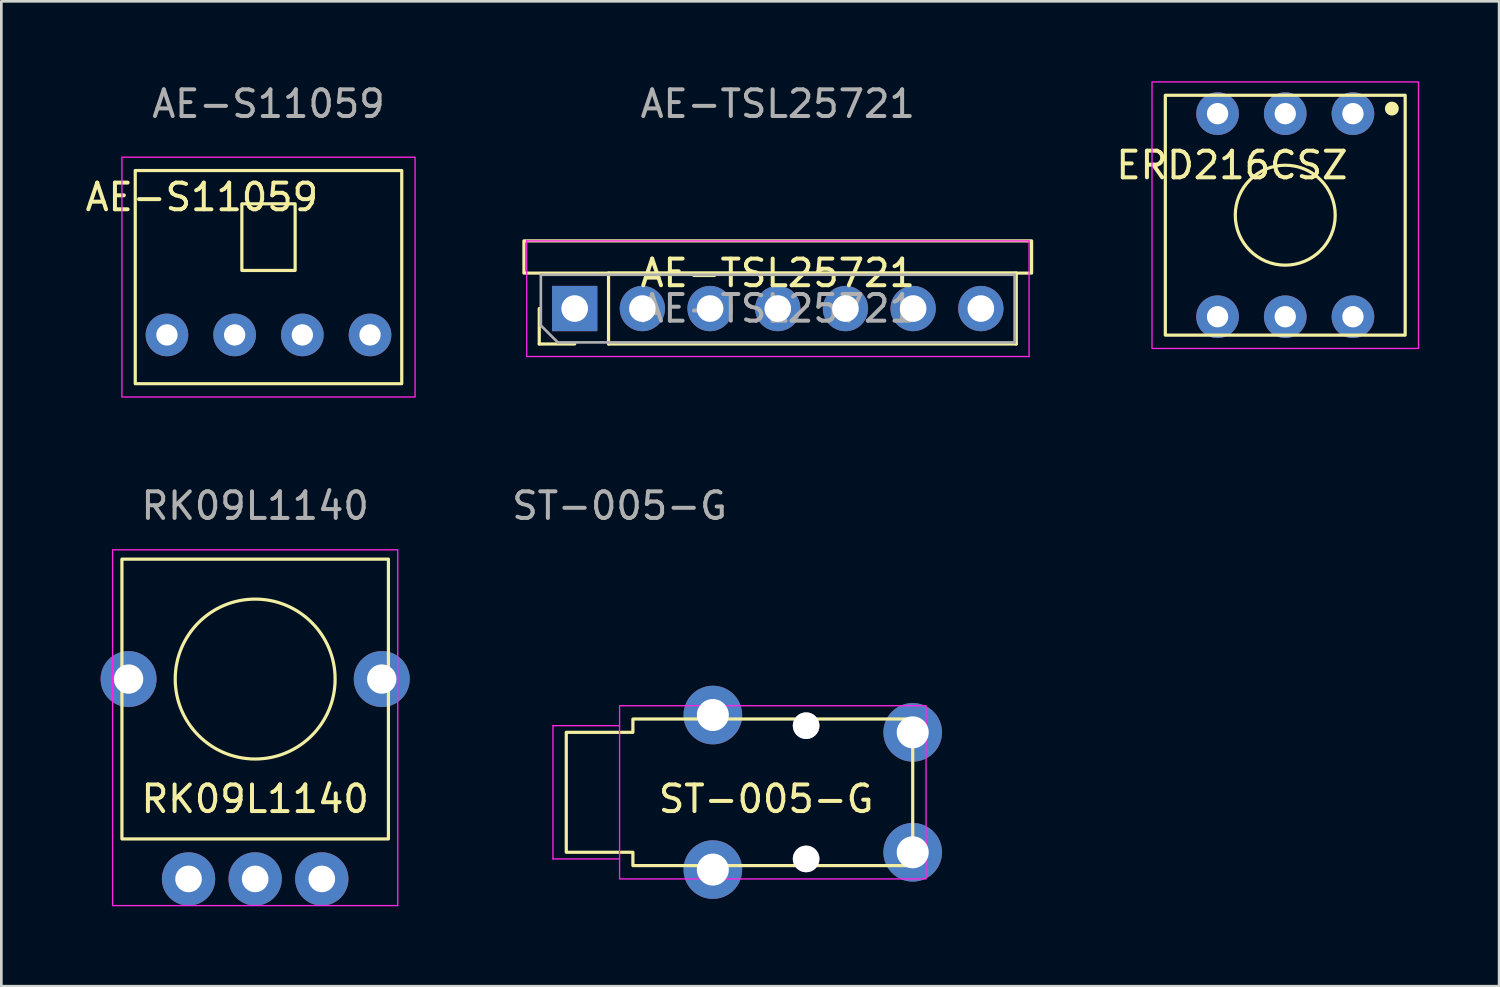
<source format=kicad_pcb>
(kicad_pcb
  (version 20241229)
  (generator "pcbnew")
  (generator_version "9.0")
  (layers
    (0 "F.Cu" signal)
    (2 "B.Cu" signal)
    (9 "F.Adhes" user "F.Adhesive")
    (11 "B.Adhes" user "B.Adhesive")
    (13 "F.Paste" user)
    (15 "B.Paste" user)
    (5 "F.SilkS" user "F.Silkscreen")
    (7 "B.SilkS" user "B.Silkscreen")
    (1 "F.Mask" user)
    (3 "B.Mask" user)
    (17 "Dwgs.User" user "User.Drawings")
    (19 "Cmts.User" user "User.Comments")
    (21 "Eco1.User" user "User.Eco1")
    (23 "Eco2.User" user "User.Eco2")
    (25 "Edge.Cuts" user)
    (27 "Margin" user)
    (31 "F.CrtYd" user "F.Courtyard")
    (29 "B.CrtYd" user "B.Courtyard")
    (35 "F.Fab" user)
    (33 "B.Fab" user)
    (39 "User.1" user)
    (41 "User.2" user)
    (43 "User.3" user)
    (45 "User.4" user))
  (footprint "AE-TSL25721"
    (layer "F.Cu")
    (at 26.14 5.988)
    (property "Reference" "AE-TSL25721" (at -0.005 1.21 0) (unlocked yes) (layer "F.SilkS") (effects (font (size 1 1) (thickness 0.15))))
    (attr through_hole)
    (fp_line (start -8.955 3.87) (end -8.955 2.54) (stroke (width 0.12) (type solid)) (layer "F.SilkS"))
    (fp_line (start -7.625 3.87) (end -8.955 3.87) (stroke (width 0.12) (type solid)) (layer "F.SilkS"))
    (fp_line (start -6.355 1.21) (end 8.945 1.21) (stroke (width 0.12) (type solid)) (layer "F.SilkS"))
    (fp_line (start -6.355 3.87) (end -6.355 1.21) (stroke (width 0.12) (type solid)) (layer "F.SilkS"))
    (fp_line (start -6.355 3.87) (end 8.945 3.87) (stroke (width 0.12) (type solid)) (layer "F.SilkS"))
    (fp_line (start 8.945 3.87) (end 8.945 1.21) (stroke (width 0.12) (type solid)) (layer "F.SilkS"))
    (fp_rect (start -9.53 1.21) (end 9.52 0) (stroke (width 0.12) (type solid)) (fill no) (layer "F.SilkS"))
    (fp_line (start -9.425 0) (end -9.425 4.34) (stroke (width 0.05) (type solid)) (layer "F.CrtYd"))
    (fp_line (start -9.425 4.34) (end 9.425 4.34) (stroke (width 0.05) (type solid)) (layer "F.CrtYd"))
    (fp_line (start 9.425 0) (end -9.425 0) (stroke (width 0.05) (type solid)) (layer "F.CrtYd"))
    (fp_line (start 9.425 4.34) (end 9.425 0) (stroke (width 0.05) (type solid)) (layer "F.CrtYd"))
    (fp_line (start -8.895 1.27) (end 8.885 1.27) (stroke (width 0.1) (type solid)) (layer "F.Fab"))
    (fp_line (start -8.895 3.175) (end -8.895 1.27) (stroke (width 0.1) (type solid)) (layer "F.Fab"))
    (fp_line (start -8.26 3.81) (end -8.895 3.175) (stroke (width 0.1) (type solid)) (layer "F.Fab"))
    (fp_line (start 8.885 1.27) (end 8.885 3.81) (stroke (width 0.1) (type solid)) (layer "F.Fab"))
    (fp_line (start 8.885 3.81) (end -8.26 3.81) (stroke (width 0.1) (type solid)) (layer "F.Fab"))
    (fp_text user "${REFERENCE}" (at -0.005 -5.14 0) (unlocked yes) (layer "F.Fab") (effects (font (size 1 1) (thickness 0.15))))
    (fp_text user "${REFERENCE}" (at -0.005 2.54 180) (layer "F.Fab") (effects (font (size 1 1) (thickness 0.15))))
    (pad "1" thru_hole rect (at -7.625 2.54 90) (size 1.7 1.7) (drill 1) (layers "*.Cu" "*.Mask"))
    (pad "2" thru_hole oval (at -5.085 2.54 90) (size 1.7 1.7) (drill 1) (layers "*.Cu" "*.Mask"))
    (pad "3" thru_hole oval (at -2.545 2.54 90) (size 1.7 1.7) (drill 1) (layers "*.Cu" "*.Mask"))
    (pad "4" thru_hole oval (at -0.005 2.54 90) (size 1.7 1.7) (drill 1) (layers "*.Cu" "*.Mask"))
    (pad "5" thru_hole oval (at 2.535 2.54 90) (size 1.7 1.7) (drill 1) (layers "*.Cu" "*.Mask"))
    (pad "6" thru_hole oval (at 5.075 2.54 90) (size 1.7 1.7) (drill 1) (layers "*.Cu" "*.Mask"))
    (pad "7" thru_hole oval (at 7.615 2.54 90) (size 1.7 1.7) (drill 1) (layers "*.Cu" "*.Mask")))
  (footprint "ST-005-G"
    (layer "F.Cu")
    (at 20.199 29.931)
    (property "Reference" "ST-005-G" (at 5.5 -3 0) (unlocked yes) (layer "F.SilkS") (effects (font (size 1 1) (thickness 0.15))))
    (attr through_hole)
    (fp_poly (pts (xy 11 -0.5) (xy 0.5 -0.5) (xy 0.5 -1) (xy -2 -1) (xy -2 -5.5) (xy 0.5 -5.5) (xy 0.5 -6) (xy 11 -6)) (stroke (width 0.12) (type solid)) (fill no) (layer "F.SilkS"))
    (fp_line (start -2.5 -5.75) (end -2.5 -0.75) (stroke (width 0.05) (type solid)) (layer "F.CrtYd"))
    (fp_line (start -2.5 -5.75) (end 0 -5.75) (stroke (width 0.05) (type solid)) (layer "F.CrtYd"))
    (fp_line (start -2.5 -0.75) (end 0 -0.75) (stroke (width 0.05) (type solid)) (layer "F.CrtYd"))
    (fp_rect (start 0 0) (end 11.5 -6.5) (stroke (width 0.05) (type solid)) (fill no) (layer "F.CrtYd"))
    (fp_line (start -4 -6.15) (end 4.5 -6.15) (stroke (width 0.05) (type solid)) (layer "User.1"))
    (fp_line (start -4 -0.35) (end 4.5 -0.35) (stroke (width 0.05) (type solid)) (layer "User.1"))
    (fp_line (start 3.5 -8) (end 3.5 1) (stroke (width 0.05) (type solid)) (layer "User.1"))
    (fp_line (start 5.5 -5.75) (end 8.5 -5.75) (stroke (width 0.05) (type solid)) (layer "User.1"))
    (fp_line (start 5.5 -0.75) (end 8.5 -0.75) (stroke (width 0.05) (type solid)) (layer "User.1"))
    (fp_line (start 7 -8) (end 7 1) (stroke (width 0.05) (type solid)) (layer "User.1"))
    (fp_line (start 10 -5.5) (end 12 -5.5) (stroke (width 0.05) (type solid)) (layer "User.1"))
    (fp_line (start 10 -1) (end 12 -1) (stroke (width 0.05) (type solid)) (layer "User.1"))
    (fp_line (start 11 -8) (end 11 1) (stroke (width 0.05) (type solid)) (layer "User.1"))
    (fp_text user "${REFERENCE}" (at 0 -14 0) (unlocked yes) (layer "F.Fab") (effects (font (size 1 1) (thickness 0.15))))
    (pad "" thru_hole circle (at 7 -5.75) (size 1 1) (drill 1) (layers "*.Cu" "*.Mask"))
    (pad "" thru_hole circle (at 7 -0.75) (size 1 1) (drill 1) (layers "*.Cu" "*.Mask"))
    (pad "R" thru_hole circle (at 11 -5.5) (size 2.2 2.2) (drill 1.2) (layers "*.Cu" "*.Mask"))
    (pad "S" thru_hole circle (at 3.5 -6.15) (size 2.2 2.2) (drill 1.2) (layers "*.Cu" "*.Mask"))
    (pad "S" thru_hole circle (at 3.5 -0.35) (size 2.2 2.2) (drill 1.2) (layers "*.Cu" "*.Mask"))
    (pad "T" thru_hole circle (at 11 -1) (size 2.2 2.2) (drill 1.2) (layers "*.Cu" "*.Mask")))
  (footprint "AE-S11059"
    (layer "F.Cu")
    (at 7.025 5.848)
    (property "Reference" "AE-S11059" (at -2.5 -1.5 0) (unlocked yes) (layer "F.SilkS") (effects (font (size 1 1) (thickness 0.15))))
    (attr through_hole)
    (fp_rect (start -5 -2.5) (end 5 5.5) (stroke (width 0.12) (type solid)) (fill no) (layer "F.SilkS"))
    (fp_rect (start -1 -1.25) (end 1 1.25) (stroke (width 0.12) (type solid)) (fill no) (layer "F.SilkS"))
    (fp_rect (start -5.5 6) (end 5.5 -3) (stroke (width 0.05) (type solid)) (fill no) (layer "F.CrtYd"))
    (fp_line (start -7 3.7) (end 6.5 3.7) (stroke (width 0.05) (type solid)) (layer "User.1"))
    (fp_line (start -3.81 6.21) (end -3.81 1.13) (stroke (width 0.05) (type solid)) (layer "User.1"))
    (fp_text user "${REFERENCE}" (at 0 -5 0) (unlocked yes) (layer "F.Fab") (effects (font (size 1 1) (thickness 0.15))))
    (pad "1" thru_hole circle (at -3.81 3.67) (size 1.6 1.6) (drill 0.8) (layers "*.Cu" "*.Mask"))
    (pad "2" thru_hole circle (at -1.27 3.67) (size 1.6 1.6) (drill 0.8) (layers "*.Cu" "*.Mask"))
    (pad "3" thru_hole circle (at 1.27 3.67) (size 1.6 1.6) (drill 0.8) (layers "*.Cu" "*.Mask"))
    (pad "4" thru_hole circle (at 3.81 3.67) (size 1.6 1.6) (drill 0.8) (layers "*.Cu" "*.Mask")))
  (footprint "RK09L1140"
    (layer "F.Cu")
    (at 6.525 22.431)
    (property "Reference" "RK09L1140" (at 0 4.5 0) (unlocked yes) (layer "F.SilkS") (effects (font (size 1 1) (thickness 0.15))))
    (attr through_hole)
    (fp_rect (start -5 -4.5) (end 5 6) (stroke (width 0.12) (type solid)) (fill no) (layer "F.SilkS"))
    (fp_circle (center 0 0) (end 3 0) (stroke (width 0.12) (type solid)) (fill no) (layer "F.SilkS"))
    (fp_rect (start -5.35 -4.85) (end 5.35 8.5) (stroke (width 0.05) (type solid)) (fill no) (layer "F.CrtYd"))
    (fp_line (start -6.5 7.5) (end 6.5 7.5) (stroke (width 0.05) (type solid)) (layer "User.1"))
    (fp_line (start -4.75 -1.5) (end -4.75 1.5) (stroke (width 0.05) (type solid)) (layer "User.1"))
    (fp_line (start 4.75 -1.5) (end 4.75 1.5) (stroke (width 0.05) (type solid)) (layer "User.1"))
    (fp_text user "${REFERENCE}" (at 0 -6.5 0) (unlocked yes) (layer "F.Fab") (effects (font (size 1 1) (thickness 0.15))))
    (pad "1" thru_hole circle (at -2.5 7.5) (size 2 2) (drill 1) (layers "*.Cu" "*.Mask"))
    (pad "2" thru_hole circle (at 0 7.5) (size 2 2) (drill 1) (layers "*.Cu" "*.Mask"))
    (pad "3" thru_hole circle (at 2.5 7.5) (size 2 2) (drill 1) (layers "*.Cu" "*.Mask"))
    (pad "G" thru_hole circle (at -4.75 0) (size 2.1 2.1) (drill 1.1) (layers "*.Cu" "*.Mask"))
    (pad "G" thru_hole circle (at 4.75 0) (size 2.1 2.1) (drill 1.1) (layers "*.Cu" "*.Mask")))
  (footprint "ERD216CSZ"
    (layer "F.Cu")
    (at 45.178 5.025)
    (property "Reference" "ERD216CSZ" (at -2 -1.875 0) (layer "F.SilkS") (effects (font (size 1 1) (thickness 0.15))))
    (fp_rect (start -4.5 -4.5) (end 4.5 4.5) (stroke (width 0.12) (type solid)) (fill no) (layer "F.SilkS"))
    (fp_circle (center 0 0) (end 1.875 0) (stroke (width 0.12) (type solid)) (fill no) (layer "F.SilkS"))
    (fp_circle (center 4 -4) (end 4.2 -4) (stroke (width 0.12) (type solid)) (fill yes) (layer "F.SilkS"))
    (fp_rect (start -5 -5) (end 5 5) (stroke (width 0.05) (type solid)) (fill no) (layer "F.CrtYd"))
    (pad "1" thru_hole circle (at 2.54 -3.81) (size 1.6 1.6) (drill 0.8) (layers "*.Cu" "*.Mask"))
    (pad "2" thru_hole circle (at -2.54 3.81) (size 1.6 1.6) (drill 0.8) (layers "*.Cu" "*.Mask"))
    (pad "4" thru_hole circle (at -2.54 -3.81) (size 1.6 1.6) (drill 0.8) (layers "*.Cu" "*.Mask"))
    (pad "8" thru_hole circle (at 2.54 3.81) (size 1.6 1.6) (drill 0.8) (layers "*.Cu" "*.Mask"))
    (pad "C" thru_hole circle (at 0 -3.81) (size 1.6 1.6) (drill 0.8) (layers "*.Cu" "*.Mask"))
    (pad "C" thru_hole circle (at 0 3.81) (size 1.6 1.6) (drill 0.8) (layers "*.Cu" "*.Mask")))
  (gr_rect
    (start -3 -3)
    (end 53.203 33.956)
    (stroke (width 0.1) (type default))
    (fill no)
    (layer "Edge.Cuts")))
</source>
